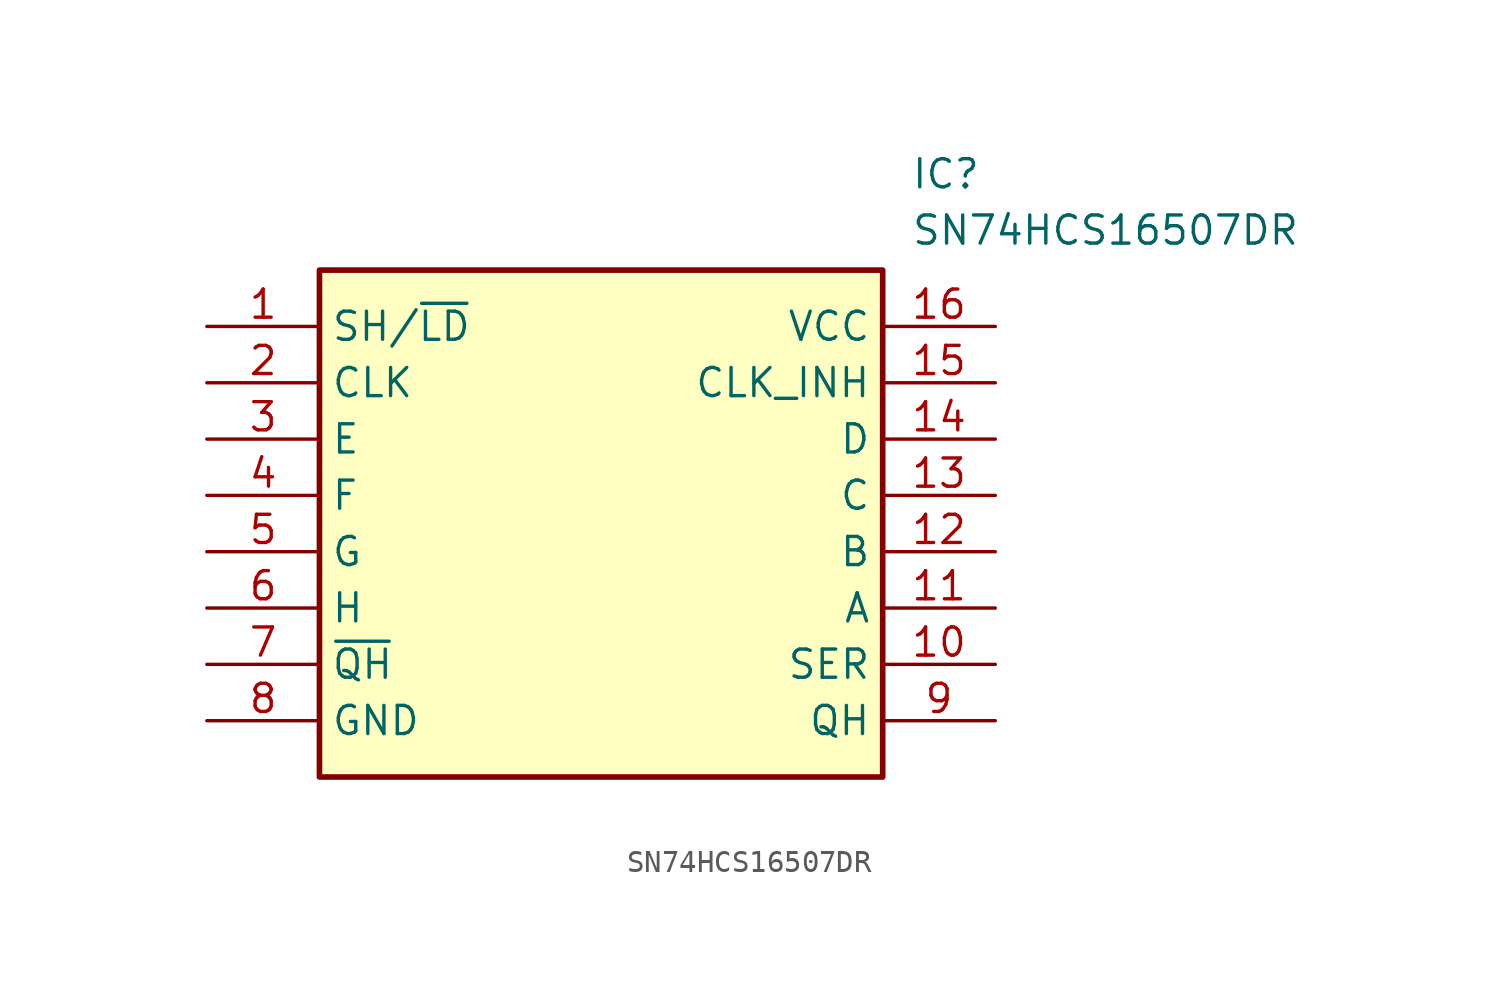
<source format=kicad_sym>
(kicad_symbol_lib
  (version 20211014)
  (generator SamacSys_ECAD_Model)
  (symbol "SN74HCS16507DR"
    (property "Reference" "IC"
      (at 31.75 7.62 0)
      (effects (font (size 1.27 1.27)) (justify left top)))
    (property "Value" "SN74HCS16507DR"
      (at 31.75 5.08 0)
      (effects (font (size 1.27 1.27)) (justify left top)))
    (rectangle
      (start 5.08 2.54)
      (end 30.48 -20.32)
      (stroke (width 0.254) (type default))
      (fill (type background)))
    (pin passive line
      (at 0 0 0)
      (length 5.08)
      (name "SH/~{LD}" (effects (font (size 1.27 1.27))))
      (number "1" (effects (font (size 1.27 1.27)))))
    (pin passive line
      (at 0 -2.54 0)
      (length 5.08)
      (name "CLK" (effects (font (size 1.27 1.27))))
      (number "2" (effects (font (size 1.27 1.27)))))
    (pin passive line
      (at 0 -5.08 0)
      (length 5.08)
      (name "E" (effects (font (size 1.27 1.27))))
      (number "3" (effects (font (size 1.27 1.27)))))
    (pin passive line
      (at 0 -7.62 0)
      (length 5.08)
      (name "F" (effects (font (size 1.27 1.27))))
      (number "4" (effects (font (size 1.27 1.27)))))
    (pin passive line
      (at 0 -10.16 0)
      (length 5.08)
      (name "G" (effects (font (size 1.27 1.27))))
      (number "5" (effects (font (size 1.27 1.27)))))
    (pin passive line
      (at 0 -12.7 0)
      (length 5.08)
      (name "H" (effects (font (size 1.27 1.27))))
      (number "6" (effects (font (size 1.27 1.27)))))
    (pin passive line
      (at 0 -15.24 0)
      (length 5.08)
      (name "~{QH}" (effects (font (size 1.27 1.27))))
      (number "7" (effects (font (size 1.27 1.27)))))
    (pin passive line
      (at 0 -17.78 0)
      (length 5.08)
      (name "GND" (effects (font (size 1.27 1.27))))
      (number "8" (effects (font (size 1.27 1.27)))))
    (pin passive line
      (at 35.56 0 180)
      (length 5.08)
      (name "VCC" (effects (font (size 1.27 1.27))))
      (number "16" (effects (font (size 1.27 1.27)))))
    (pin passive line
      (at 35.56 -2.54 180)
      (length 5.08)
      (name "CLK_INH" (effects (font (size 1.27 1.27))))
      (number "15" (effects (font (size 1.27 1.27)))))
    (pin passive line
      (at 35.56 -5.08 180)
      (length 5.08)
      (name "D" (effects (font (size 1.27 1.27))))
      (number "14" (effects (font (size 1.27 1.27)))))
    (pin passive line
      (at 35.56 -7.62 180)
      (length 5.08)
      (name "C" (effects (font (size 1.27 1.27))))
      (number "13" (effects (font (size 1.27 1.27)))))
    (pin passive line
      (at 35.56 -10.16 180)
      (length 5.08)
      (name "B" (effects (font (size 1.27 1.27))))
      (number "12" (effects (font (size 1.27 1.27)))))
    (pin passive line
      (at 35.56 -12.7 180)
      (length 5.08)
      (name "A" (effects (font (size 1.27 1.27))))
      (number "11" (effects (font (size 1.27 1.27)))))
    (pin passive line
      (at 35.56 -15.24 180)
      (length 5.08)
      (name "SER" (effects (font (size 1.27 1.27))))
      (number "10" (effects (font (size 1.27 1.27)))))
    (pin passive line
      (at 35.56 -17.78 180)
      (length 5.08)
      (name "QH" (effects (font (size 1.27 1.27))))
      (number "9" (effects (font (size 1.27 1.27)))))))
</source>
